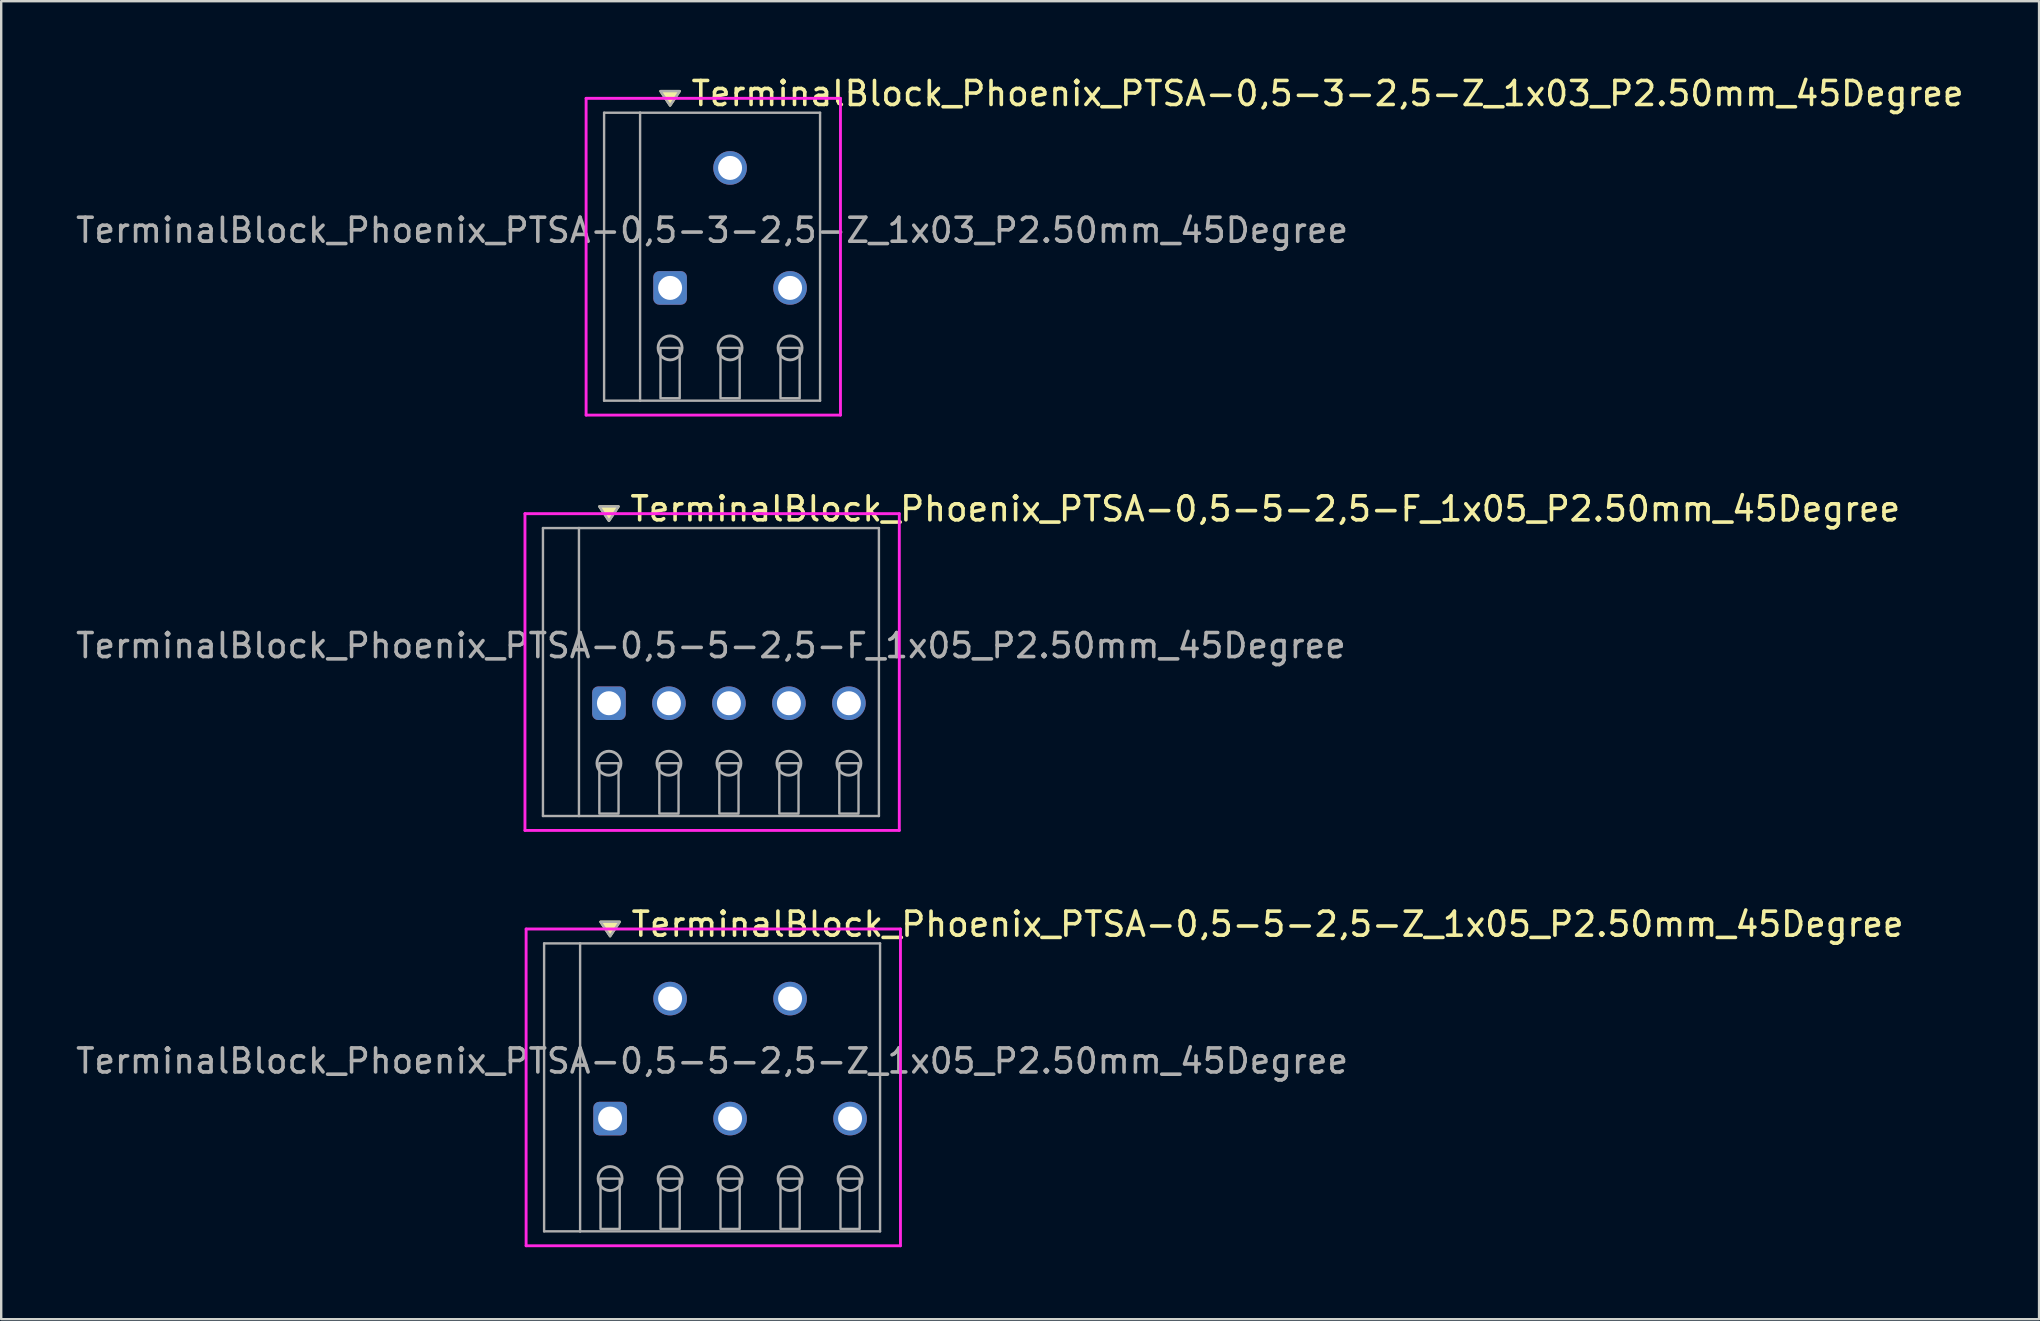
<source format=kicad_pcb>
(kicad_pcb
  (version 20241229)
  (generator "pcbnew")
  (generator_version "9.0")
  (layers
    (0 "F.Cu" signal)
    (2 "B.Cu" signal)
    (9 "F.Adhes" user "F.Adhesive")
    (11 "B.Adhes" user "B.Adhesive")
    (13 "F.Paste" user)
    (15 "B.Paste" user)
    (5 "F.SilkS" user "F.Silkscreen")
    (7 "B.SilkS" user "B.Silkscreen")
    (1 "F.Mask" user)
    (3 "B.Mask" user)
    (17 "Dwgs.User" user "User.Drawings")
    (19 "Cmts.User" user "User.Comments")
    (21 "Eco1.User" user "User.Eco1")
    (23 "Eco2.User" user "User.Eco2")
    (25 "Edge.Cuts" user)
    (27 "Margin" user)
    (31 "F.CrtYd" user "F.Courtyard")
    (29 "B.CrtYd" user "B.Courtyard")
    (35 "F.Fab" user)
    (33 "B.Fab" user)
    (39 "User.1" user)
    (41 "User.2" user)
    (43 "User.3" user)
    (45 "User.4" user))
  (footprint "TerminalBlock_Phoenix_PTSA-0,5-5-2,5-Z_1x05_P2.50mm_45Degree"
    (layer "F.Cu")
    (at 22.375 43.565)
    (property "Reference" "TerminalBlock_Phoenix_PTSA-0,5-5-2,5-Z_1x05_P2.50mm_45Degree" (at 0.8 -8.1 0) (layer "F.SilkS") (effects (font (size 1 1) (thickness 0.15)) (justify left)))
    (attr through_hole)
    (fp_poly (pts (xy 0 -7.6) (xy -0.4 -8.2) (xy 0.4 -8.2)) (stroke (width 0.1) (type solid)) (fill yes) (layer "F.SilkS"))
    (fp_line (start -3.5 -7.9) (end 12.1 -7.9) (stroke (width 0.12) (type solid)) (layer "F.CrtYd"))
    (fp_line (start -3.5 5.3) (end -3.5 -7.9) (stroke (width 0.12) (type solid)) (layer "F.CrtYd"))
    (fp_line (start 12.1 -7.9) (end 12.1 5.3) (stroke (width 0.12) (type solid)) (layer "F.CrtYd"))
    (fp_line (start 12.1 5.3) (end -3.5 5.3) (stroke (width 0.12) (type solid)) (layer "F.CrtYd"))
    (fp_line (start -2.75 -7.3) (end -1.25 -7.3) (stroke (width 0.1) (type solid)) (layer "F.Fab"))
    (fp_line (start -2.75 4.7) (end -2.75 -7.3) (stroke (width 0.1) (type solid)) (layer "F.Fab"))
    (fp_line (start -1.25 -7.3) (end -1.25 4.7) (stroke (width 0.1) (type solid)) (layer "F.Fab"))
    (fp_line (start -1.25 4.7) (end -2.75 4.7) (stroke (width 0.1) (type solid)) (layer "F.Fab"))
    (fp_line (start -1.25 4.7) (end 11.25 4.7) (stroke (width 0.1) (type solid)) (layer "F.Fab"))
    (fp_line (start 11.25 -7.3) (end -1.25 -7.3) (stroke (width 0.1) (type solid)) (layer "F.Fab"))
    (fp_line (start 11.25 4.7) (end 11.25 -7.3) (stroke (width 0.1) (type solid)) (layer "F.Fab"))
    (fp_circle (center 0 2.5) (end -0.5 2.5) (stroke (width 0.12) (type solid)) (fill no) (layer "F.Fab"))
    (fp_circle (center 2.5 2.5) (end 2 2.5) (stroke (width 0.12) (type solid)) (fill no) (layer "F.Fab"))
    (fp_circle (center 5 2.5) (end 4.5 2.5) (stroke (width 0.12) (type solid)) (fill no) (layer "F.Fab"))
    (fp_circle (center 7.5 2.5) (end 7 2.5) (stroke (width 0.12) (type solid)) (fill no) (layer "F.Fab"))
    (fp_circle (center 10 2.5) (end 9.5 2.5) (stroke (width 0.12) (type solid)) (fill no) (layer "F.Fab"))
    (fp_poly (pts (xy 0 -7.6) (xy -0.4 -8.2) (xy 0.4 -8.2)) (stroke (width 0.1) (type solid)) (fill no) (layer "F.Fab"))
    (fp_poly (pts (xy -0.4 2.5) (xy -0.4 4.6) (xy 0.4 4.6) (xy 0.4 2.5)) (stroke (width 0.1) (type solid)) (fill no) (layer "F.Fab"))
    (fp_poly (pts (xy 2.1 2.5) (xy 2.1 4.6) (xy 2.9 4.6) (xy 2.9 2.5)) (stroke (width 0.1) (type solid)) (fill no) (layer "F.Fab"))
    (fp_poly (pts (xy 4.6 2.5) (xy 4.6 4.6) (xy 5.4 4.6) (xy 5.4 2.5)) (stroke (width 0.1) (type solid)) (fill no) (layer "F.Fab"))
    (fp_poly (pts (xy 7.1 2.5) (xy 7.1 4.6) (xy 7.9 4.6) (xy 7.9 2.5)) (stroke (width 0.1) (type solid)) (fill no) (layer "F.Fab"))
    (fp_poly (pts (xy 9.6 2.5) (xy 9.6 4.6) (xy 10.4 4.6) (xy 10.4 2.5)) (stroke (width 0.1) (type solid)) (fill no) (layer "F.Fab"))
    (fp_text user "${REFERENCE}" (at 4.25 -2.4 0) (layer "F.Fab") (effects (font (size 1 1) (thickness 0.15))))
    (pad "1" thru_hole roundrect (at 0 0) (size 1.4 1.4) (drill 1) (layers "*.Cu" "*.Mask") (roundrect_rratio 0.179))
    (pad "2" thru_hole oval (at 2.5 -5) (size 1.4 1.4) (drill 1) (layers "*.Cu" "*.Mask"))
    (pad "3" thru_hole oval (at 5 0) (size 1.4 1.4) (drill 1) (layers "*.Cu" "*.Mask"))
    (pad "4" thru_hole oval (at 7.5 -5) (size 1.4 1.4) (drill 1) (layers "*.Cu" "*.Mask"))
    (pad "5" thru_hole oval (at 10 0) (size 1.4 1.4) (drill 1) (layers "*.Cu" "*.Mask")))
  (footprint "TerminalBlock_Phoenix_PTSA-0,5-3-2,5-Z_1x03_P2.50mm_45Degree"
    (layer "F.Cu")
    (at 24.875 8.948)
    (property "Reference" "TerminalBlock_Phoenix_PTSA-0,5-3-2,5-Z_1x03_P2.50mm_45Degree" (at 0.8 -8.1 0) (layer "F.SilkS") (effects (font (size 1 1) (thickness 0.15)) (justify left)))
    (attr through_hole)
    (fp_poly (pts (xy 0 -7.6) (xy -0.4 -8.2) (xy 0.4 -8.2)) (stroke (width 0.1) (type solid)) (fill yes) (layer "F.SilkS"))
    (fp_line (start -3.5 -7.9) (end 7.1 -7.9) (stroke (width 0.12) (type solid)) (layer "F.CrtYd"))
    (fp_line (start -3.5 5.3) (end -3.5 -7.9) (stroke (width 0.12) (type solid)) (layer "F.CrtYd"))
    (fp_line (start 7.1 -7.9) (end 7.1 5.3) (stroke (width 0.12) (type solid)) (layer "F.CrtYd"))
    (fp_line (start 7.1 5.3) (end -3.5 5.3) (stroke (width 0.12) (type solid)) (layer "F.CrtYd"))
    (fp_line (start -2.75 -7.3) (end -1.25 -7.3) (stroke (width 0.1) (type solid)) (layer "F.Fab"))
    (fp_line (start -2.75 4.7) (end -2.75 -7.3) (stroke (width 0.1) (type solid)) (layer "F.Fab"))
    (fp_line (start -1.25 -7.3) (end -1.25 4.7) (stroke (width 0.1) (type solid)) (layer "F.Fab"))
    (fp_line (start -1.25 4.7) (end -2.75 4.7) (stroke (width 0.1) (type solid)) (layer "F.Fab"))
    (fp_line (start -1.25 4.7) (end 6.25 4.7) (stroke (width 0.1) (type solid)) (layer "F.Fab"))
    (fp_line (start 6.25 -7.3) (end -1.25 -7.3) (stroke (width 0.1) (type solid)) (layer "F.Fab"))
    (fp_line (start 6.25 4.7) (end 6.25 -7.3) (stroke (width 0.1) (type solid)) (layer "F.Fab"))
    (fp_circle (center 0 2.5) (end -0.5 2.5) (stroke (width 0.12) (type solid)) (fill no) (layer "F.Fab"))
    (fp_circle (center 2.5 2.5) (end 2 2.5) (stroke (width 0.12) (type solid)) (fill no) (layer "F.Fab"))
    (fp_circle (center 5 2.5) (end 4.5 2.5) (stroke (width 0.12) (type solid)) (fill no) (layer "F.Fab"))
    (fp_poly (pts (xy 0 -7.6) (xy -0.4 -8.2) (xy 0.4 -8.2)) (stroke (width 0.1) (type solid)) (fill no) (layer "F.Fab"))
    (fp_poly (pts (xy -0.4 2.5) (xy -0.4 4.6) (xy 0.4 4.6) (xy 0.4 2.5)) (stroke (width 0.1) (type solid)) (fill no) (layer "F.Fab"))
    (fp_poly (pts (xy 2.1 2.5) (xy 2.1 4.6) (xy 2.9 4.6) (xy 2.9 2.5)) (stroke (width 0.1) (type solid)) (fill no) (layer "F.Fab"))
    (fp_poly (pts (xy 4.6 2.5) (xy 4.6 4.6) (xy 5.4 4.6) (xy 5.4 2.5)) (stroke (width 0.1) (type solid)) (fill no) (layer "F.Fab"))
    (fp_text user "${REFERENCE}" (at 1.75 -2.4 0) (layer "F.Fab") (effects (font (size 1 1) (thickness 0.15))))
    (pad "1" thru_hole roundrect (at 0 0) (size 1.4 1.4) (drill 1) (layers "*.Cu" "*.Mask") (roundrect_rratio 0.179))
    (pad "2" thru_hole oval (at 2.5 -5) (size 1.4 1.4) (drill 1) (layers "*.Cu" "*.Mask"))
    (pad "3" thru_hole oval (at 5 0) (size 1.4 1.4) (drill 1) (layers "*.Cu" "*.Mask")))
  (footprint "TerminalBlock_Phoenix_PTSA-0,5-5-2,5-F_1x05_P2.50mm_45Degree"
    (layer "F.Cu")
    (at 22.327 26.256)
    (property "Reference" "TerminalBlock_Phoenix_PTSA-0,5-5-2,5-F_1x05_P2.50mm_45Degree" (at 0.8 -8.1 0) (layer "F.SilkS") (effects (font (size 1 1) (thickness 0.15)) (justify left)))
    (attr through_hole)
    (fp_poly (pts (xy 0 -7.6) (xy -0.4 -8.2) (xy 0.4 -8.2)) (stroke (width 0.1) (type solid)) (fill yes) (layer "F.SilkS"))
    (fp_line (start -3.5 -7.9) (end 12.1 -7.9) (stroke (width 0.12) (type solid)) (layer "F.CrtYd"))
    (fp_line (start -3.5 5.3) (end -3.5 -7.9) (stroke (width 0.12) (type solid)) (layer "F.CrtYd"))
    (fp_line (start 12.1 -7.9) (end 12.1 5.3) (stroke (width 0.12) (type solid)) (layer "F.CrtYd"))
    (fp_line (start 12.1 5.3) (end -3.5 5.3) (stroke (width 0.12) (type solid)) (layer "F.CrtYd"))
    (fp_line (start -2.75 -7.3) (end -1.25 -7.3) (stroke (width 0.1) (type solid)) (layer "F.Fab"))
    (fp_line (start -2.75 4.7) (end -2.75 -7.3) (stroke (width 0.1) (type solid)) (layer "F.Fab"))
    (fp_line (start -1.25 -7.3) (end -1.25 4.7) (stroke (width 0.1) (type solid)) (layer "F.Fab"))
    (fp_line (start -1.25 4.7) (end -2.75 4.7) (stroke (width 0.1) (type solid)) (layer "F.Fab"))
    (fp_line (start -1.25 4.7) (end 11.25 4.7) (stroke (width 0.1) (type solid)) (layer "F.Fab"))
    (fp_line (start 11.25 -7.3) (end -1.25 -7.3) (stroke (width 0.1) (type solid)) (layer "F.Fab"))
    (fp_line (start 11.25 4.7) (end 11.25 -7.3) (stroke (width 0.1) (type solid)) (layer "F.Fab"))
    (fp_circle (center 0 2.5) (end -0.5 2.5) (stroke (width 0.12) (type solid)) (fill no) (layer "F.Fab"))
    (fp_circle (center 2.5 2.5) (end 2 2.5) (stroke (width 0.12) (type solid)) (fill no) (layer "F.Fab"))
    (fp_circle (center 5 2.5) (end 4.5 2.5) (stroke (width 0.12) (type solid)) (fill no) (layer "F.Fab"))
    (fp_circle (center 7.5 2.5) (end 7 2.5) (stroke (width 0.12) (type solid)) (fill no) (layer "F.Fab"))
    (fp_circle (center 10 2.5) (end 9.5 2.5) (stroke (width 0.12) (type solid)) (fill no) (layer "F.Fab"))
    (fp_poly (pts (xy 0 -7.6) (xy -0.4 -8.2) (xy 0.4 -8.2)) (stroke (width 0.1) (type solid)) (fill no) (layer "F.Fab"))
    (fp_poly (pts (xy -0.4 2.5) (xy -0.4 4.6) (xy 0.4 4.6) (xy 0.4 2.5)) (stroke (width 0.1) (type solid)) (fill no) (layer "F.Fab"))
    (fp_poly (pts (xy 2.1 2.5) (xy 2.1 4.6) (xy 2.9 4.6) (xy 2.9 2.5)) (stroke (width 0.1) (type solid)) (fill no) (layer "F.Fab"))
    (fp_poly (pts (xy 4.6 2.5) (xy 4.6 4.6) (xy 5.4 4.6) (xy 5.4 2.5)) (stroke (width 0.1) (type solid)) (fill no) (layer "F.Fab"))
    (fp_poly (pts (xy 7.1 2.5) (xy 7.1 4.6) (xy 7.9 4.6) (xy 7.9 2.5)) (stroke (width 0.1) (type solid)) (fill no) (layer "F.Fab"))
    (fp_poly (pts (xy 9.6 2.5) (xy 9.6 4.6) (xy 10.4 4.6) (xy 10.4 2.5)) (stroke (width 0.1) (type solid)) (fill no) (layer "F.Fab"))
    (fp_text user "${REFERENCE}" (at 4.25 -2.4 0) (layer "F.Fab") (effects (font (size 1 1) (thickness 0.15))))
    (pad "1" thru_hole roundrect (at 0 0) (size 1.4 1.4) (drill 1) (layers "*.Cu" "*.Mask") (roundrect_rratio 0.179))
    (pad "2" thru_hole oval (at 2.5 0) (size 1.4 1.4) (drill 1) (layers "*.Cu" "*.Mask"))
    (pad "3" thru_hole oval (at 5 0) (size 1.4 1.4) (drill 1) (layers "*.Cu" "*.Mask"))
    (pad "4" thru_hole oval (at 7.5 0) (size 1.4 1.4) (drill 1) (layers "*.Cu" "*.Mask"))
    (pad "5" thru_hole oval (at 10 0) (size 1.4 1.4) (drill 1) (layers "*.Cu" "*.Mask")))
  (gr_rect
    (start -3 -3)
    (end 81.925 51.925)
    (stroke (width 0.1) (type default))
    (fill no)
    (layer "Edge.Cuts")))
</source>
